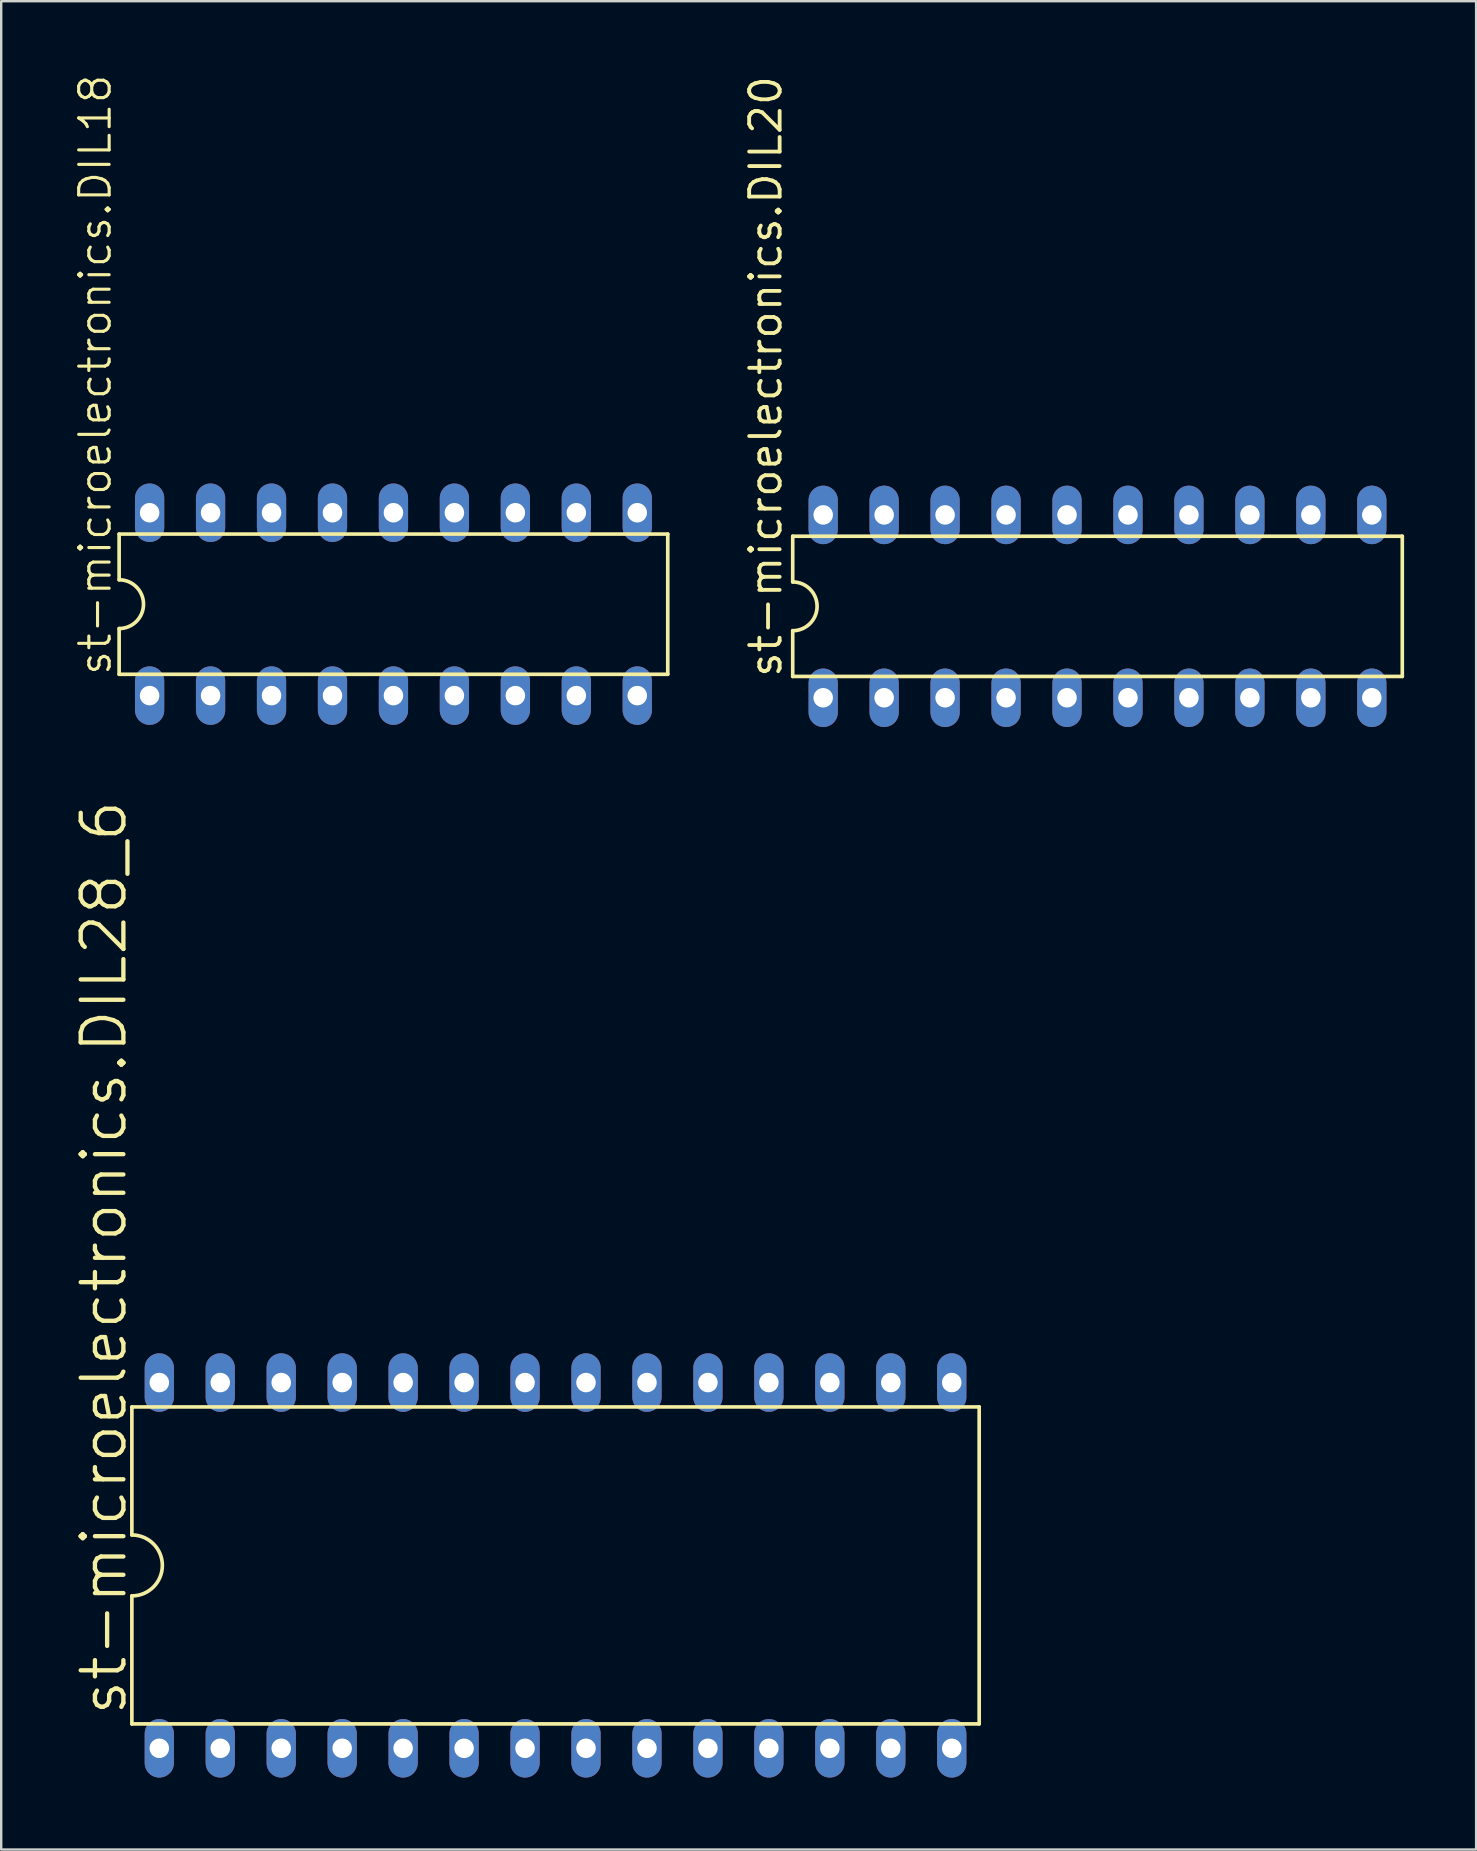
<source format=kicad_pcb>
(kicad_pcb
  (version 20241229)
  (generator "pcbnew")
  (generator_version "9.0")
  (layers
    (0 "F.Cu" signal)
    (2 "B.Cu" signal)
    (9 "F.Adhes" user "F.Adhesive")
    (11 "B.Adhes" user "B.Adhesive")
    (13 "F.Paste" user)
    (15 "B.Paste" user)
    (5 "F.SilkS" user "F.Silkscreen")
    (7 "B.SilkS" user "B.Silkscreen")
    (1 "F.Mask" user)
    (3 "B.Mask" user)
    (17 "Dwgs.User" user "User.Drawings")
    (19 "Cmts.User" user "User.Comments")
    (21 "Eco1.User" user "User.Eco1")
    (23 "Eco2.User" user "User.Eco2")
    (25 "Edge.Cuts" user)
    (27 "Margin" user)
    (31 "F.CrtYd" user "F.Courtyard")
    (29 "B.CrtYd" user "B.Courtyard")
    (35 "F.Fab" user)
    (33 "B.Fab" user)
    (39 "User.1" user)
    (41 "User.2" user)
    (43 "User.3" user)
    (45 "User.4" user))
  (footprint "st-microelectronics.DIL20"
    (layer "F.Cu")
    (at 42.681 22.215)
    (property "Reference" "st-microelectronics.DIL20" (at -13.081 3.048 90) (layer "F.SilkS") (effects (font (size 1.27 1.27) (thickness 0.16)) (justify left bottom)))
    (attr through_hole)
    (fp_line (start -12.7 -2.921) (end -12.7 -1.016) (stroke (width 0.152) (type default)) (layer "F.SilkS"))
    (fp_line (start -12.7 2.921) (end -12.7 1.016) (stroke (width 0.152) (type default)) (layer "F.SilkS"))
    (fp_line (start -12.7 2.921) (end 12.7 2.921) (stroke (width 0.152) (type default)) (layer "F.SilkS"))
    (fp_line (start 12.7 -2.921) (end -12.7 -2.921) (stroke (width 0.152) (type default)) (layer "F.SilkS"))
    (fp_line (start 12.7 -2.921) (end 12.7 2.921) (stroke (width 0.152) (type default)) (layer "F.SilkS"))
    (fp_arc (start -12.7 -1.016) (mid -11.684 0) (end -12.7 1.016) (stroke (width 0.1524) (type default)) (layer "F.SilkS"))
    (pad "1" thru_hole oval (at -11.43 3.81 90) (size 2.438 1.219) (drill 0.813) (layers "*.Cu" "*.Mask"))
    (pad "2" thru_hole oval (at -8.89 3.81 90) (size 2.438 1.219) (drill 0.813) (layers "*.Cu" "*.Mask"))
    (pad "3" thru_hole oval (at -6.35 3.81 90) (size 2.438 1.219) (drill 0.813) (layers "*.Cu" "*.Mask"))
    (pad "4" thru_hole oval (at -3.81 3.81 90) (size 2.438 1.219) (drill 0.813) (layers "*.Cu" "*.Mask"))
    (pad "5" thru_hole oval (at -1.27 3.81 90) (size 2.438 1.219) (drill 0.813) (layers "*.Cu" "*.Mask"))
    (pad "6" thru_hole oval (at 1.27 3.81 90) (size 2.438 1.219) (drill 0.813) (layers "*.Cu" "*.Mask"))
    (pad "7" thru_hole oval (at 3.81 3.81 90) (size 2.438 1.219) (drill 0.813) (layers "*.Cu" "*.Mask"))
    (pad "8" thru_hole oval (at 6.35 3.81 90) (size 2.438 1.219) (drill 0.813) (layers "*.Cu" "*.Mask"))
    (pad "9" thru_hole oval (at 8.89 3.81 90) (size 2.438 1.219) (drill 0.813) (layers "*.Cu" "*.Mask"))
    (pad "10" thru_hole oval (at 11.43 3.81 90) (size 2.438 1.219) (drill 0.813) (layers "*.Cu" "*.Mask"))
    (pad "11" thru_hole oval (at 11.43 -3.81 90) (size 2.438 1.219) (drill 0.813) (layers "*.Cu" "*.Mask"))
    (pad "12" thru_hole oval (at 8.89 -3.81 90) (size 2.438 1.219) (drill 0.813) (layers "*.Cu" "*.Mask"))
    (pad "13" thru_hole oval (at 6.35 -3.81 90) (size 2.438 1.219) (drill 0.813) (layers "*.Cu" "*.Mask"))
    (pad "14" thru_hole oval (at 3.81 -3.81 90) (size 2.438 1.219) (drill 0.813) (layers "*.Cu" "*.Mask"))
    (pad "15" thru_hole oval (at 1.27 -3.81 90) (size 2.438 1.219) (drill 0.813) (layers "*.Cu" "*.Mask"))
    (pad "16" thru_hole oval (at -1.27 -3.81 90) (size 2.438 1.219) (drill 0.813) (layers "*.Cu" "*.Mask"))
    (pad "17" thru_hole oval (at -3.81 -3.81 90) (size 2.438 1.219) (drill 0.813) (layers "*.Cu" "*.Mask"))
    (pad "18" thru_hole oval (at -6.35 -3.81 90) (size 2.438 1.219) (drill 0.813) (layers "*.Cu" "*.Mask"))
    (pad "19" thru_hole oval (at -8.89 -3.81 90) (size 2.438 1.219) (drill 0.813) (layers "*.Cu" "*.Mask"))
    (pad "20" thru_hole oval (at -11.43 -3.81 90) (size 2.438 1.219) (drill 0.813) (layers "*.Cu" "*.Mask")))
  (footprint "st-microelectronics.DIL18"
    (layer "F.Cu")
    (at 13.344 22.125)
    (property "Reference" "st-microelectronics.DIL18" (at -11.684 3.048 90) (layer "F.SilkS") (effects (font (size 1.27 1.27) (thickness 0.13)) (justify left bottom)))
    (attr through_hole)
    (fp_line (start -11.43 -2.921) (end -11.43 -1.016) (stroke (width 0.152) (type default)) (layer "F.SilkS"))
    (fp_line (start -11.43 2.921) (end -11.43 1.016) (stroke (width 0.152) (type default)) (layer "F.SilkS"))
    (fp_line (start -11.43 2.921) (end 11.43 2.921) (stroke (width 0.152) (type default)) (layer "F.SilkS"))
    (fp_line (start 11.43 -2.921) (end -11.43 -2.921) (stroke (width 0.152) (type default)) (layer "F.SilkS"))
    (fp_line (start 11.43 -2.921) (end 11.43 2.921) (stroke (width 0.152) (type default)) (layer "F.SilkS"))
    (fp_arc (start -11.43 -1.016) (mid -10.414 0) (end -11.43 1.016) (stroke (width 0.1524) (type default)) (layer "F.SilkS"))
    (pad "1" thru_hole oval (at -10.16 3.81 90) (size 2.438 1.219) (drill 0.813) (layers "*.Cu" "*.Mask"))
    (pad "2" thru_hole oval (at -7.62 3.81 90) (size 2.438 1.219) (drill 0.813) (layers "*.Cu" "*.Mask"))
    (pad "3" thru_hole oval (at -5.08 3.81 90) (size 2.438 1.219) (drill 0.813) (layers "*.Cu" "*.Mask"))
    (pad "4" thru_hole oval (at -2.54 3.81 90) (size 2.438 1.219) (drill 0.813) (layers "*.Cu" "*.Mask"))
    (pad "5" thru_hole oval (at 0 3.81 90) (size 2.438 1.219) (drill 0.813) (layers "*.Cu" "*.Mask"))
    (pad "6" thru_hole oval (at 2.54 3.81 90) (size 2.438 1.219) (drill 0.813) (layers "*.Cu" "*.Mask"))
    (pad "7" thru_hole oval (at 5.08 3.81 90) (size 2.438 1.219) (drill 0.813) (layers "*.Cu" "*.Mask"))
    (pad "8" thru_hole oval (at 7.62 3.81 90) (size 2.438 1.219) (drill 0.813) (layers "*.Cu" "*.Mask"))
    (pad "9" thru_hole oval (at 10.16 3.81 90) (size 2.438 1.219) (drill 0.813) (layers "*.Cu" "*.Mask"))
    (pad "10" thru_hole oval (at 10.16 -3.81 90) (size 2.438 1.219) (drill 0.813) (layers "*.Cu" "*.Mask"))
    (pad "11" thru_hole oval (at 7.62 -3.81 90) (size 2.438 1.219) (drill 0.813) (layers "*.Cu" "*.Mask"))
    (pad "12" thru_hole oval (at 5.08 -3.81 90) (size 2.438 1.219) (drill 0.813) (layers "*.Cu" "*.Mask"))
    (pad "13" thru_hole oval (at 2.54 -3.81 90) (size 2.438 1.219) (drill 0.813) (layers "*.Cu" "*.Mask"))
    (pad "14" thru_hole oval (at 0 -3.81 90) (size 2.438 1.219) (drill 0.813) (layers "*.Cu" "*.Mask"))
    (pad "15" thru_hole oval (at -2.54 -3.81 90) (size 2.438 1.219) (drill 0.813) (layers "*.Cu" "*.Mask"))
    (pad "16" thru_hole oval (at -5.08 -3.81 90) (size 2.438 1.219) (drill 0.813) (layers "*.Cu" "*.Mask"))
    (pad "17" thru_hole oval (at -7.62 -3.81 90) (size 2.438 1.219) (drill 0.813) (layers "*.Cu" "*.Mask"))
    (pad "18" thru_hole oval (at -10.16 -3.81 90) (size 2.438 1.219) (drill 0.813) (layers "*.Cu" "*.Mask")))
  (footprint "st-microelectronics.DIL28_6"
    (layer "F.Cu")
    (at 20.098 62.179)
    (property "Reference" "st-microelectronics.DIL28_6" (at -17.78 6.35 90) (layer "F.SilkS") (effects (font (size 1.778 1.778) (thickness 0.18)) (justify left bottom)))
    (attr through_hole)
    (fp_line (start -17.653 -6.604) (end -17.653 -1.27) (stroke (width 0.152) (type default)) (layer "F.SilkS"))
    (fp_line (start -17.653 -6.604) (end 17.653 -6.604) (stroke (width 0.152) (type default)) (layer "F.SilkS"))
    (fp_line (start -17.653 1.27) (end -17.653 6.604) (stroke (width 0.152) (type default)) (layer "F.SilkS"))
    (fp_line (start -17.653 6.604) (end 17.653 6.604) (stroke (width 0.152) (type default)) (layer "F.SilkS"))
    (fp_line (start 17.653 6.604) (end 17.653 -6.604) (stroke (width 0.152) (type default)) (layer "F.SilkS"))
    (fp_arc (start -17.653 -1.27) (mid -16.383 0) (end -17.653 1.27) (stroke (width 0.1524) (type default)) (layer "F.SilkS"))
    (pad "1" thru_hole oval (at -16.51 7.62 90) (size 2.438 1.219) (drill 0.813) (layers "*.Cu" "*.Mask"))
    (pad "2" thru_hole oval (at -13.97 7.62 90) (size 2.438 1.219) (drill 0.813) (layers "*.Cu" "*.Mask"))
    (pad "3" thru_hole oval (at -11.43 7.62 90) (size 2.438 1.219) (drill 0.813) (layers "*.Cu" "*.Mask"))
    (pad "4" thru_hole oval (at -8.89 7.62 90) (size 2.438 1.219) (drill 0.813) (layers "*.Cu" "*.Mask"))
    (pad "5" thru_hole oval (at -6.35 7.62 90) (size 2.438 1.219) (drill 0.813) (layers "*.Cu" "*.Mask"))
    (pad "6" thru_hole oval (at -3.81 7.62 90) (size 2.438 1.219) (drill 0.813) (layers "*.Cu" "*.Mask"))
    (pad "7" thru_hole oval (at -1.27 7.62 90) (size 2.438 1.219) (drill 0.813) (layers "*.Cu" "*.Mask"))
    (pad "8" thru_hole oval (at 1.27 7.62 90) (size 2.438 1.219) (drill 0.813) (layers "*.Cu" "*.Mask"))
    (pad "9" thru_hole oval (at 3.81 7.62 90) (size 2.438 1.219) (drill 0.813) (layers "*.Cu" "*.Mask"))
    (pad "10" thru_hole oval (at 6.35 7.62 90) (size 2.438 1.219) (drill 0.813) (layers "*.Cu" "*.Mask"))
    (pad "11" thru_hole oval (at 8.89 7.62 90) (size 2.438 1.219) (drill 0.813) (layers "*.Cu" "*.Mask"))
    (pad "12" thru_hole oval (at 11.43 7.62 90) (size 2.438 1.219) (drill 0.813) (layers "*.Cu" "*.Mask"))
    (pad "13" thru_hole oval (at 13.97 7.62 90) (size 2.438 1.219) (drill 0.813) (layers "*.Cu" "*.Mask"))
    (pad "14" thru_hole oval (at 16.51 7.62 90) (size 2.438 1.219) (drill 0.813) (layers "*.Cu" "*.Mask"))
    (pad "15" thru_hole oval (at 16.51 -7.62 90) (size 2.438 1.219) (drill 0.813) (layers "*.Cu" "*.Mask"))
    (pad "16" thru_hole oval (at 13.97 -7.62 90) (size 2.438 1.219) (drill 0.813) (layers "*.Cu" "*.Mask"))
    (pad "17" thru_hole oval (at 11.43 -7.62 90) (size 2.438 1.219) (drill 0.813) (layers "*.Cu" "*.Mask"))
    (pad "18" thru_hole oval (at 8.89 -7.62 90) (size 2.438 1.219) (drill 0.813) (layers "*.Cu" "*.Mask"))
    (pad "19" thru_hole oval (at 6.35 -7.62 90) (size 2.438 1.219) (drill 0.813) (layers "*.Cu" "*.Mask"))
    (pad "20" thru_hole oval (at 3.81 -7.62 90) (size 2.438 1.219) (drill 0.813) (layers "*.Cu" "*.Mask"))
    (pad "21" thru_hole oval (at 1.27 -7.62 90) (size 2.438 1.219) (drill 0.813) (layers "*.Cu" "*.Mask"))
    (pad "22" thru_hole oval (at -1.27 -7.62 90) (size 2.438 1.219) (drill 0.813) (layers "*.Cu" "*.Mask"))
    (pad "23" thru_hole oval (at -3.81 -7.62 90) (size 2.438 1.219) (drill 0.813) (layers "*.Cu" "*.Mask"))
    (pad "24" thru_hole oval (at -6.35 -7.62 90) (size 2.438 1.219) (drill 0.813) (layers "*.Cu" "*.Mask"))
    (pad "25" thru_hole oval (at -8.89 -7.62 90) (size 2.438 1.219) (drill 0.813) (layers "*.Cu" "*.Mask"))
    (pad "26" thru_hole oval (at -11.43 -7.62 90) (size 2.438 1.219) (drill 0.813) (layers "*.Cu" "*.Mask"))
    (pad "27" thru_hole oval (at -13.97 -7.62 90) (size 2.438 1.219) (drill 0.813) (layers "*.Cu" "*.Mask"))
    (pad "28" thru_hole oval (at -16.51 -7.62 90) (size 2.438 1.219) (drill 0.813) (layers "*.Cu" "*.Mask")))
  (gr_rect
    (start -3 -3)
    (end 58.457 74.018)
    (stroke (width 0.1) (type default))
    (fill no)
    (layer "Edge.Cuts")))
</source>
